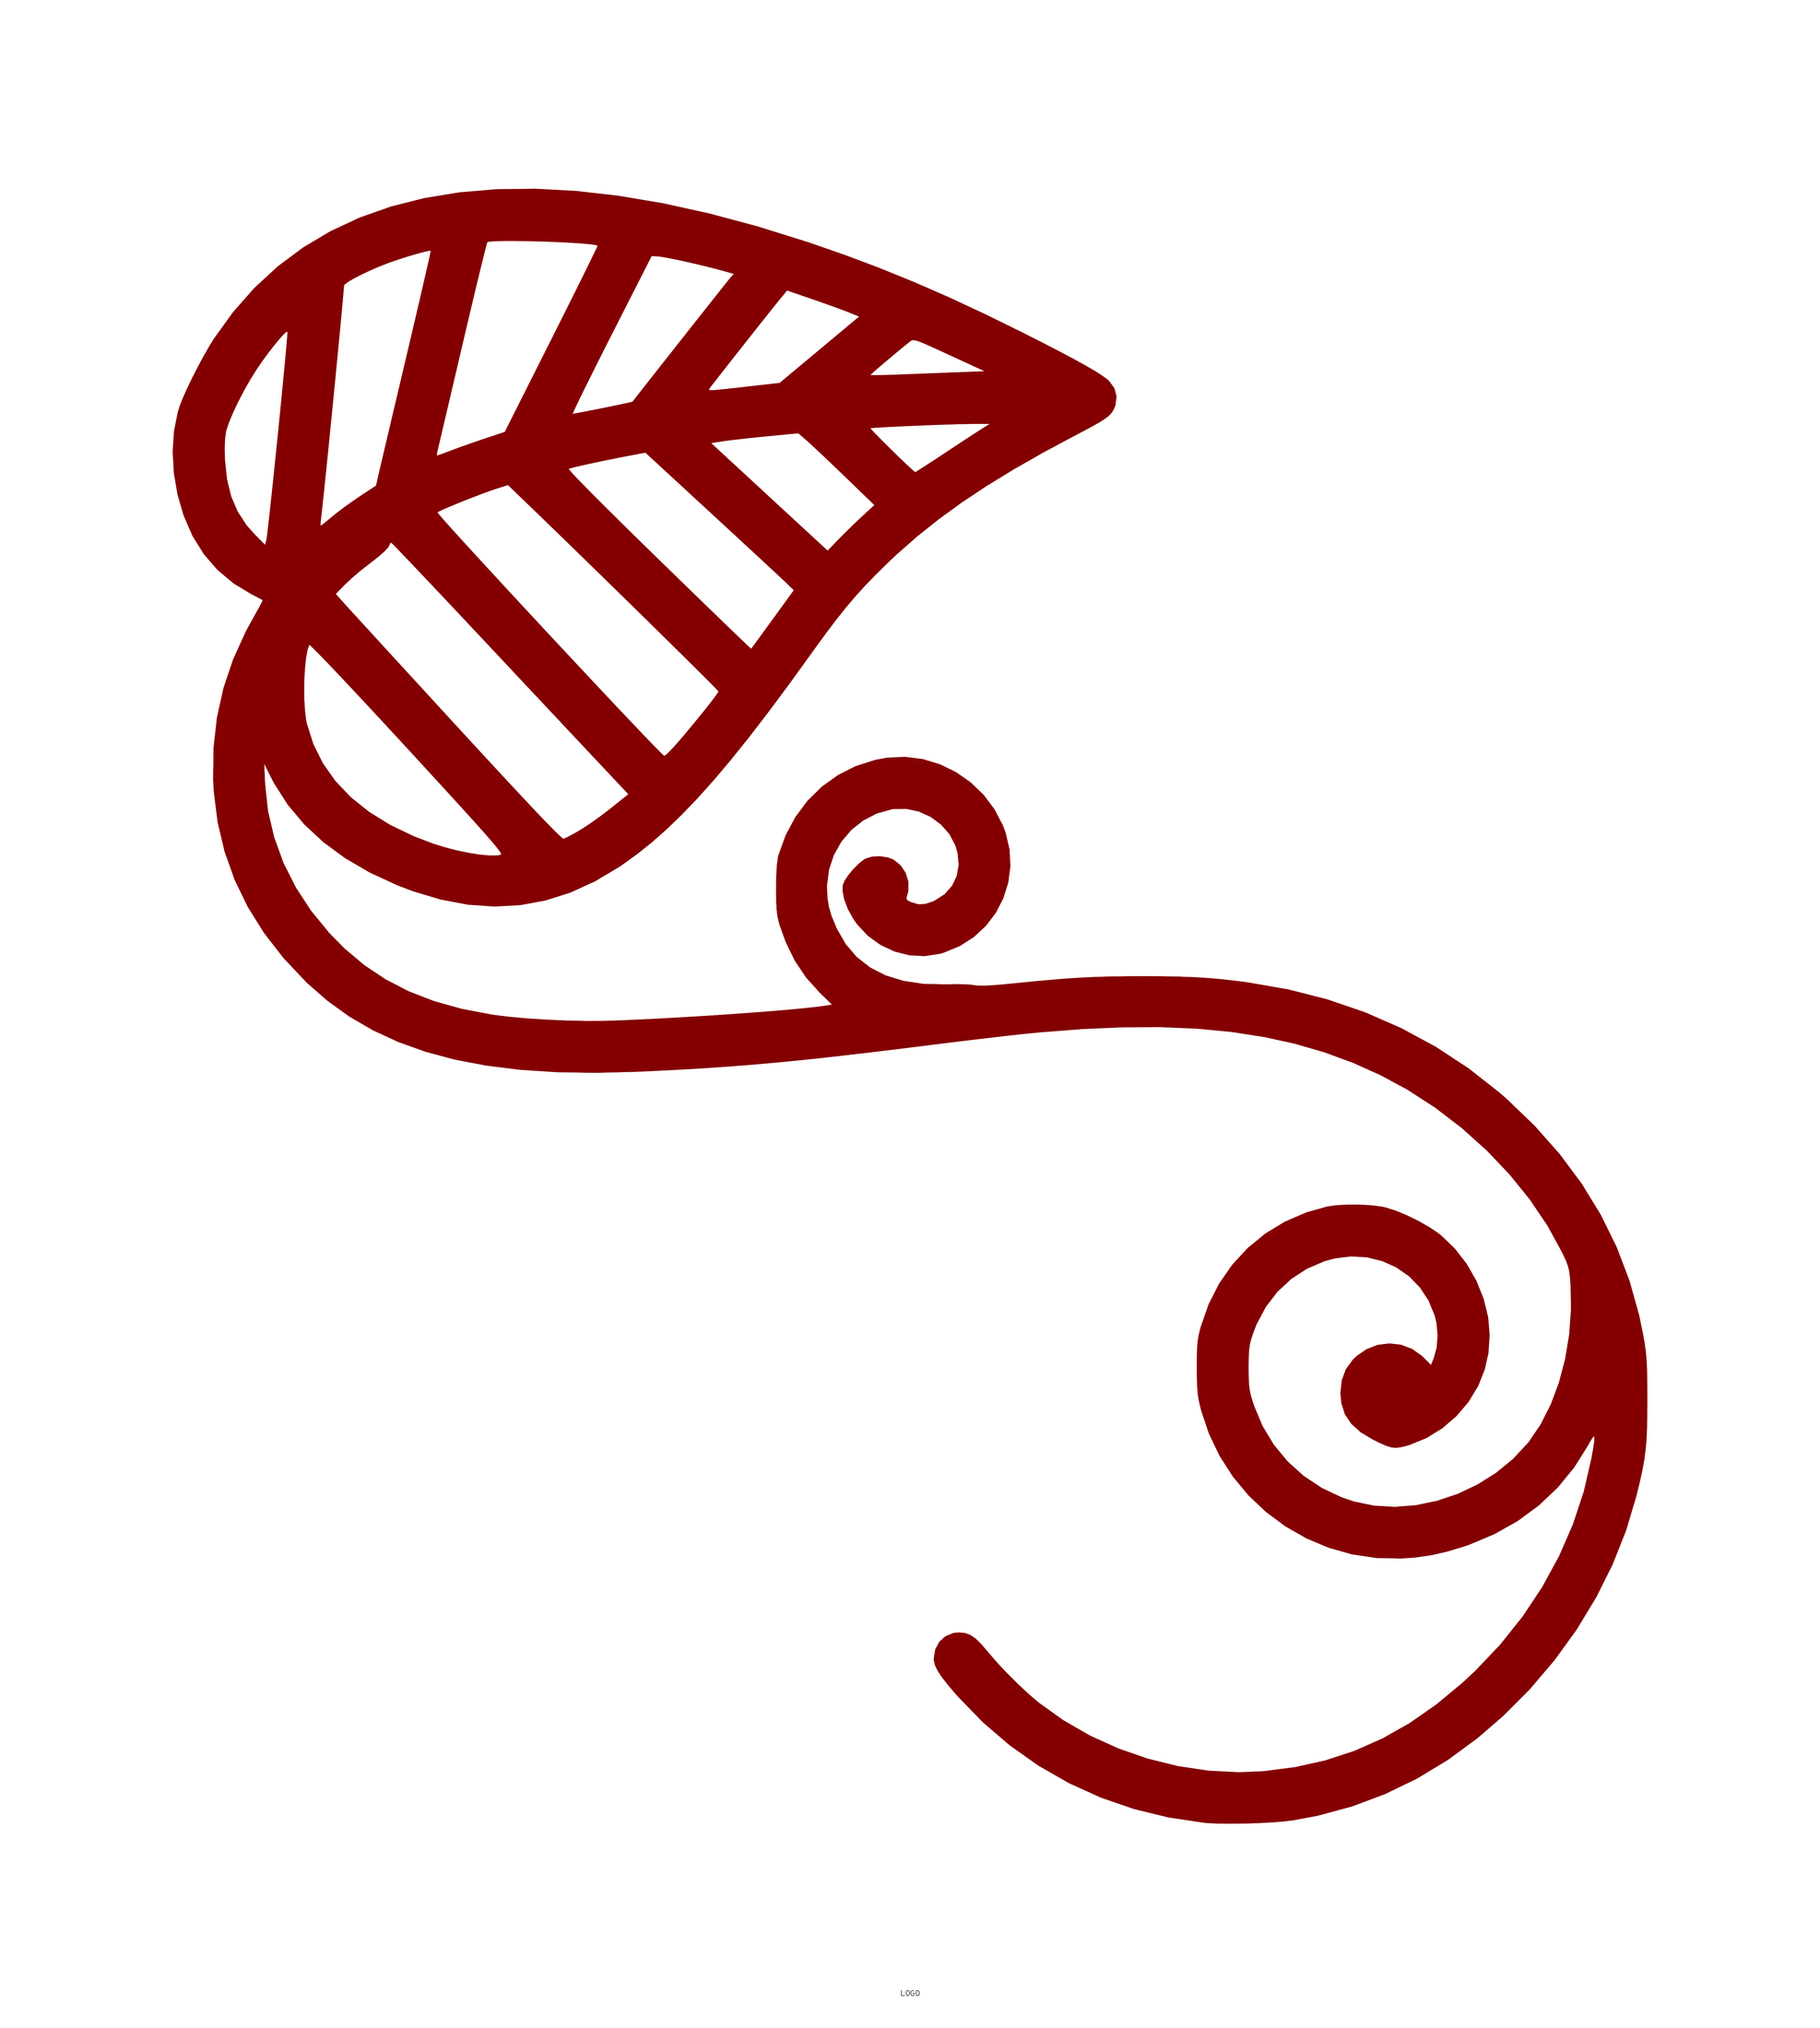
<source format=kicad_sym>
(kicad_symbol_lib
  (version 20210619)
  (generator bitmap2component)
  (symbol "LOGO"
    (pin_names
      (offset 1.016))
    (property "Reference" "#G"
      (at 0 129.011 0)
      (effects (font (size 1.27 1.27)) hide))
    (symbol "LOGO_0_0"
      (polyline (pts (xy 52.907 -129.504) (xy 55.137 -129.432) (xy 57.276 -129.319) (xy 59.184 -129.167) (xy 60.722 -128.98) (xy 64.544 -128.263) (xy 69.977 -126.794) (xy 75.234 -124.829) (xy 80.306 -122.37) (xy 85.182 -119.422) (xy 89.854 -115.99) (xy 93.917 -112.482) (xy 98.202 -108.184) (xy 102.106 -103.596) (xy 105.605 -98.754) (xy 108.675 -93.694) (xy 111.292 -88.452) (xy 113.433 -83.064) (xy 115.073 -77.568) (xy 115.587 -75.456) (xy 115.99 -73.64) (xy 116.294 -72.007) (xy 116.512 -70.439) (xy 116.658 -68.818) (xy 116.746 -67.023) (xy 116.789 -64.938) (xy 116.801 -62.442) (xy 116.8 -61.867) (xy 116.792 -59.783) (xy 116.768 -58.103) (xy 116.721 -56.727) (xy 116.645 -55.555) (xy 116.535 -54.486) (xy 116.384 -53.419) (xy 116.187 -52.255) (xy 115.513 -48.97) (xy 113.967 -43.446) (xy 111.94 -38.134) (xy 109.428 -33.031) (xy 106.432 -28.135) (xy 102.949 -23.442) (xy 98.977 -18.95) (xy 94.514 -14.655) (xy 93.359 -13.646) (xy 88.463 -9.805) (xy 83.278 -6.403) (xy 77.817 -3.446) (xy 72.09 -0.94) (xy 66.112 1.109) (xy 59.893 2.697) (xy 53.446 3.817) (xy 51.631 4.052) (xy 49.355 4.309) (xy 47.174 4.503) (xy 44.964 4.641) (xy 42.6 4.729) (xy 39.956 4.777) (xy 36.909 4.79) (xy 34.437 4.781) (xy 31.916 4.748) (xy 29.584 4.684) (xy 27.321 4.583) (xy 25.009 4.439) (xy 22.529 4.244) (xy 19.762 3.993) (xy 16.589 3.678) (xy 14.508 3.478) (xy 12.822 3.345) (xy 11.557 3.284) (xy 10.661 3.294) (xy 10.083 3.372) (xy 9.464 3.458) (xy 8.437 3.515) (xy 7.166 3.531) (xy 5.797 3.503) (xy 5.561 3.495) (xy 2.042 3.578) (xy -1.126 4.054) (xy -3.941 4.922) (xy -6.402 6.181) (xy -8.509 7.832) (xy -10.26 9.872) (xy -11.653 12.303) (xy -11.8 12.625) (xy -12.494 14.308) (xy -12.933 15.784) (xy -13.163 17.243) (xy -13.229 18.875) (xy -13.224 19.235) (xy -12.907 21.713) (xy -12.131 24.031) (xy -10.943 26.132) (xy -9.388 27.961) (xy -7.514 29.461) (xy -5.367 30.576) (xy -2.993 31.249) (xy -2.694 31.296) (xy -0.654 31.326) (xy 1.343 30.892) (xy 3.207 30.044) (xy 4.851 28.831) (xy 6.188 27.303) (xy 7.13 25.51) (xy 7.486 24.294) (xy 7.649 22.423) (xy 7.341 20.671) (xy 6.587 19.103) (xy 5.411 17.781) (xy 3.836 16.77) (xy 3.539 16.635) (xy 2.319 16.231) (xy 1.244 16.197) (xy 0.132 16.52) (xy -0.025 16.586) (xy -0.522 16.853) (xy -0.644 17.17) (xy -0.489 17.729) (xy -0.325 18.38) (xy -0.333 19.787) (xy -0.763 21.161) (xy -1.562 22.367) (xy -2.677 23.269) (xy -3.546 23.607) (xy -4.8 23.8) (xy -6.061 23.747) (xy -7.094 23.441) (xy -7.325 23.308) (xy -8.15 22.668) (xy -9.019 21.806) (xy -9.815 20.857) (xy -10.422 19.957) (xy -10.722 19.24) (xy -10.76 18.359) (xy -10.498 16.972) (xy -9.914 15.436) (xy -9.047 13.869) (xy -8.419 12.983) (xy -6.713 11.175) (xy -4.721 9.742) (xy -2.518 8.713) (xy -0.175 8.117) (xy 2.232 7.985) (xy 4.632 8.346) (xy 5.308 8.539) (xy 7.827 9.578) (xy 10.057 11.013) (xy 11.969 12.788) (xy 13.533 14.85) (xy 14.719 17.143) (xy 15.497 19.612) (xy 15.837 22.203) (xy 15.709 24.861) (xy 15.084 27.53) (xy 14.65 28.691) (xy 13.316 31.256) (xy 11.594 33.543) (xy 9.542 35.517) (xy 7.215 37.141) (xy 4.672 38.38) (xy 1.967 39.197) (xy -0.841 39.557) (xy -3.696 39.424) (xy -5.614 39.069) (xy -8.664 38.093) (xy -11.488 36.668) (xy -14.048 34.826) (xy -16.309 32.6) (xy -18.233 30.023) (xy -19.785 27.127) (xy -20.929 23.945) (xy -20.991 23.693) (xy -21.16 22.495) (xy -21.262 20.806) (xy -21.294 18.653) (xy -21.293 18.096) (xy -21.271 16.57) (xy -21.213 15.405) (xy -21.107 14.473) (xy -20.938 13.643) (xy -20.695 12.789) (xy -19.758 10.19) (xy -18.309 7.224) (xy -16.533 4.585) (xy -14.384 2.196) (xy -12.429 0.29) (xy -13.292 0.15) (xy -13.748 0.081) (xy -15.271 -0.11) (xy -17.236 -0.318) (xy -19.579 -0.536) (xy -22.239 -0.76) (xy -25.152 -0.987) (xy -28.255 -1.211) (xy -31.486 -1.429) (xy -34.782 -1.635) (xy -38.081 -1.825) (xy -41.318 -1.996) (xy -44.432 -2.141) (xy -47.36 -2.258) (xy -48.431 -2.288) (xy -51.322 -2.303) (xy -54.426 -2.239) (xy -57.597 -2.104) (xy -60.685 -1.904) (xy -63.542 -1.647) (xy -66.02 -1.341) (xy -66.383 -1.287) (xy -71.151 -0.378) (xy -75.52 0.845) (xy -79.524 2.397) (xy -83.199 4.293) (xy -86.58 6.551) (xy -89.704 9.185) (xy -92.124 11.642) (xy -95.006 15.158) (xy -97.432 18.875) (xy -99.388 22.766) (xy -100.859 26.801) (xy -101.832 30.952) (xy -102.293 35.19) (xy -102.448 38.497) (xy -101.393 36.38) (xy -100.849 35.34) (xy -98.71 31.989) (xy -96.114 28.892) (xy -93.07 26.059) (xy -89.587 23.495) (xy -85.673 21.211) (xy -81.338 19.212) (xy -78.827 18.257) (xy -74.416 16.94) (xy -70.126 16.135) (xy -65.941 15.844) (xy -61.851 16.066) (xy -57.842 16.803) (xy -53.901 18.057) (xy -50.014 19.828) (xy -46.17 22.118) (xy -45.718 22.422) (xy -43.379 24.104) (xy -41.038 25.973) (xy -38.671 28.059) (xy -36.253 30.389) (xy -33.758 32.99) (xy -31.161 35.89) (xy -28.438 39.118) (xy -25.564 42.7) (xy -22.514 46.664) (xy -19.262 51.039) (xy -15.783 55.852) (xy -15.268 56.571) (xy -13.431 59.094) (xy -11.781 61.277) (xy -10.246 63.206) (xy -8.753 64.967) (xy -7.229 66.648) (xy -5.602 68.335) (xy -3.798 70.115) (xy -2.129 71.69) (xy 1.07 74.5) (xy 4.47 77.215) (xy 8.124 79.871) (xy 12.085 82.504) (xy 16.403 85.149) (xy 21.133 87.843) (xy 26.326 90.62) (xy 27.05 90.997) (xy 28.66 91.853) (xy 29.883 92.54) (xy 30.782 93.105) (xy 31.42 93.595) (xy 31.862 94.055) (xy 32.17 94.532) (xy 32.409 95.074) (xy 32.5 95.337) (xy 32.665 96.702) (xy 32.319 97.994) (xy 31.477 99.146) (xy 31.131 99.45) (xy 30.326 100.033) (xy 29.185 100.755) (xy 27.684 101.627) (xy 25.799 102.663) (xy 23.505 103.878) (xy 20.779 105.285) (xy 17.595 106.897) (xy 11.782 109.753) (xy 6.097 112.402) (xy 0.59 114.808) (xy -4.852 117.02) (xy -10.346 119.087) (xy -16.007 121.057) (xy -16.449 121.204) (xy -24.322 123.658) (xy -31.918 125.689) (xy -39.235 127.298) (xy -46.268 128.486) (xy -53.015 129.251) (xy -59.472 129.597) (xy -65.636 129.522) (xy -71.504 129.027) (xy -77.073 128.114) (xy -82.339 126.782) (xy -87.298 125.031) (xy -91.948 122.864) (xy -96.285 120.279) (xy -100.306 117.278) (xy -104.008 113.861) (xy -107.387 110.029) (xy -110.441 105.782) (xy -111.086 104.741) (xy -112.003 103.143) (xy -112.954 101.377) (xy -113.877 99.566) (xy -114.71 97.834) (xy -115.389 96.304) (xy -115.852 95.1) (xy -116.131 94.19) (xy -116.736 91.153) (xy -116.904 88.499) (xy -108.703 88.499) (xy -108.645 89.938) (xy -108.507 91.017) (xy -108.439 91.305) (xy -108.028 92.548) (xy -107.388 94.086) (xy -106.574 95.81) (xy -105.64 97.609) (xy -104.638 99.374) (xy -103.624 100.994) (xy -103.435 101.277) (xy -102.567 102.522) (xy -101.674 103.732) (xy -100.81 104.84) (xy -100.031 105.78) (xy -99.391 106.486) (xy -98.944 106.89) (xy -98.746 106.927) (xy -98.745 106.925) (xy -98.756 106.605) (xy -98.817 105.806) (xy -98.922 104.575) (xy -99.069 102.957) (xy -99.252 101) (xy -99.468 98.749) (xy -99.711 96.251) (xy -99.978 93.552) (xy -100.264 90.698) (xy -100.555 87.842) (xy -100.837 85.108) (xy -101.103 82.563) (xy -101.35 80.254) (xy -101.57 78.231) (xy -101.759 76.54) (xy -101.775 76.401) (xy -93.512 76.401) (xy -93.477 76.928) (xy -93.445 77.184) (xy -93.332 78.17) (xy -93.181 79.554) (xy -92.998 81.285) (xy -92.787 83.311) (xy -92.555 85.581) (xy -92.305 88.044) (xy -92.044 90.647) (xy -91.775 93.341) (xy -91.504 96.073) (xy -91.237 98.791) (xy -90.978 101.446) (xy -90.732 103.985) (xy -90.504 106.358) (xy -90.3 108.511) (xy -90.124 110.396) (xy -89.981 111.959) (xy -89.877 113.15) (xy -89.817 113.917) (xy -89.805 114.209) (xy -89.659 114.456) (xy -89.1 114.867) (xy -88.203 115.392) (xy -87.047 115.992) (xy -85.71 116.624) (xy -84.273 117.247) (xy -82.815 117.822) (xy -81.737 118.204) (xy -80.482 118.617) (xy -79.211 119.01) (xy -78.026 119.351) (xy -77.033 119.613) (xy -76.333 119.764) (xy -76.031 119.776) (xy -76.035 119.734) (xy -76.124 119.287) (xy -76.322 118.383) (xy -76.619 117.067) (xy -77.005 115.382) (xy -77.47 113.369) (xy -78.004 111.073) (xy -78.597 108.535) (xy -79.24 105.8) (xy -79.921 102.91) (xy -80.112 102.105) (xy -80.803 99.18) (xy -81.464 96.379) (xy -82.085 93.75) (xy -82.653 91.342) (xy -83.156 89.204) (xy -83.57 87.449) (xy -75.076 87.449) (xy -75.004 87.908) (xy -74.997 87.936) (xy -74.891 88.382) (xy -74.677 89.29) (xy -74.365 90.614) (xy -73.967 92.307) (xy -73.494 94.325) (xy -72.955 96.621) (xy -72.362 99.151) (xy -71.725 101.869) (xy -71.055 104.728) (xy -70.914 105.33) (xy -70.251 108.147) (xy -69.622 110.802) (xy -69.038 113.25) (xy -68.509 115.448) (xy -68.047 117.351) (xy -67.662 118.915) (xy -67.364 120.096) (xy -67.165 120.85) (xy -67.075 121.132) (xy -66.966 121.18) (xy -66.385 121.26) (xy -65.39 121.31) (xy -64.06 121.332) (xy -62.474 121.329) (xy -60.709 121.303) (xy -58.845 121.258) (xy -56.96 121.194) (xy -55.131 121.116) (xy -53.438 121.024) (xy -51.958 120.922) (xy -50.77 120.813) (xy -49.953 120.698) (xy -49.584 120.581) (xy -49.585 120.571) (xy -49.722 120.252) (xy -50.075 119.507) (xy -50.623 118.377) (xy -51.347 116.902) (xy -52.226 115.124) (xy -53.241 113.081) (xy -54.371 110.815) (xy -55.596 108.367) (xy -56.898 105.775) (xy -62.857 93.927) (xy -53.528 93.927) (xy -53.522 93.978) (xy -53.342 94.41) (xy -52.952 95.251) (xy -52.372 96.456) (xy -51.626 97.981) (xy -50.732 99.785) (xy -49.714 101.823) (xy -48.592 104.052) (xy -47.387 106.429) (xy -41.029 118.93) (xy -39.992 118.883) (xy -39.965 118.882) (xy -39.302 118.794) (xy -38.24 118.6) (xy -36.889 118.324) (xy -35.355 117.99) (xy -33.746 117.622) (xy -32.169 117.243) (xy -30.733 116.878) (xy -29.545 116.552) (xy -28.001 116.102) (xy -28.514 115.531) (xy -28.553 115.486) (xy -28.874 115.089) (xy -29.469 114.343) (xy -30.297 113.301) (xy -31.319 112.012) (xy -32.493 110.528) (xy -33.781 108.899) (xy -35.142 107.177) (xy -36.535 105.411) (xy -37.921 103.654) (xy -39.26 101.956) (xy -40.511 100.367) (xy -41.634 98.939) (xy -42.506 97.829) (xy -31.915 97.829) (xy -31.842 97.962) (xy -31.84 97.965) (xy -31.619 98.263) (xy -31.117 98.914) (xy -30.382 99.859) (xy -29.46 101.036) (xy -28.4 102.387) (xy -27.247 103.851) (xy -26.05 105.368) (xy -24.856 106.878) (xy -23.712 108.323) (xy -22.665 109.64) (xy -21.763 110.772) (xy -21.053 111.657) (xy -20.581 112.236) (xy -19.552 113.48) (xy -15.398 112.05) (xy -14.59 111.77) (xy -13.064 111.232) (xy -11.652 110.724) (xy -10.483 110.291) (xy -9.686 109.982) (xy -8.127 109.345) (xy -19.22 100.088) (xy -6.35 100.088) (xy -6.349 100.092) (xy -6.131 100.307) (xy -5.59 100.786) (xy -4.809 101.46) (xy -3.865 102.262) (xy -2.841 103.123) (xy -1.816 103.976) (xy -0.87 104.753) (xy -0.085 105.385) (xy -0.028 105.43) (xy 0.175 105.56) (xy 0.413 105.619) (xy 0.75 105.585) (xy 1.25 105.437) (xy 1.976 105.153) (xy 2.992 104.711) (xy 4.361 104.09) (xy 6.146 103.269) (xy 11.774 100.674) (xy 7.276 100.503) (xy 6.795 100.485) (xy 4.732 100.406) (xy 2.451 100.318) (xy 0.197 100.231) (xy -1.786 100.153) (xy -3.029 100.109) (xy -4.354 100.072) (xy -5.406 100.056) (xy -6.1 100.061) (xy -6.35 100.088) (xy -19.22 100.088) (xy -20.733 98.826) (xy -25.911 98.24) (xy -26.846 98.134) (xy -28.588 97.938) (xy -29.891 97.798) (xy -30.814 97.71) (xy -31.419 97.672) (xy -31.764 97.681) (xy -31.909 97.735) (xy -31.915 97.829) (xy -42.506 97.829) (xy -42.59 97.722) (xy -43.337 96.768) (xy -43.836 96.127) (xy -44.047 95.85) (xy -44.257 95.792) (xy -44.909 95.645) (xy -45.923 95.428) (xy -47.215 95.16) (xy -48.7 94.857) (xy -50.021 94.593) (xy -51.369 94.327) (xy -52.461 94.116) (xy -53.21 93.977) (xy -53.528 93.927) (xy -62.857 93.927) (xy -64.008 91.639) (xy -6.339 91.639) (xy -6.327 91.645) (xy -5.963 91.691) (xy -5.158 91.75) (xy -3.99 91.819) (xy -2.536 91.894) (xy -0.873 91.972) (xy 0.924 92.05) (xy 2.776 92.125) (xy 4.608 92.194) (xy 6.341 92.252) (xy 7.9 92.298) (xy 9.207 92.327) (xy 10.186 92.337) (xy 12.568 92.333) (xy 11.245 91.502) (xy 11.201 91.475) (xy 10.53 91.044) (xy 9.52 90.388) (xy 8.265 89.566) (xy 6.856 88.639) (xy 5.387 87.669) (xy 5.02 87.426) (xy 3.687 86.549) (xy 2.528 85.793) (xy 1.608 85.201) (xy 0.996 84.815) (xy 0.757 84.68) (xy 0.674 84.733) (xy 0.274 85.077) (xy -0.382 85.685) (xy -1.224 86.486) (xy -2.181 87.41) (xy -3.18 88.388) (xy -4.152 89.349) (xy -5.025 90.225) (xy -5.728 90.945) (xy -6.189 91.44) (xy -6.339 91.639) (xy -64.008 91.639) (xy -64.3 91.058) (xy -67.274 90.072) (xy -68.179 89.768) (xy -69.541 89.297) (xy -31.602 89.297) (xy -29.625 89.599) (xy -28.922 89.696) (xy -27.673 89.849) (xy -26.134 90.023) (xy -24.435 90.203) (xy -22.708 90.376) (xy -17.767 90.85) (xy -16.358 89.62) (xy -16.081 89.372) (xy -15.311 88.664) (xy -14.276 87.695) (xy -13.052 86.536) (xy -11.711 85.257) (xy -10.33 83.929) (xy -5.712 79.469) (xy -7.684 77.652) (xy -7.989 77.369) (xy -9.155 76.259) (xy -10.362 75.078) (xy -11.392 74.037) (xy -13.126 72.239) (xy -22.364 80.768) (xy -31.602 89.297) (xy -69.541 89.297) (xy -69.762 89.221) (xy -71.308 88.67) (xy -72.585 88.2) (xy -73.17 87.979) (xy -74.096 87.636) (xy -74.756 87.4) (xy -75.037 87.312) (xy -75.076 87.449) (xy -83.57 87.449) (xy -83.585 87.386) (xy -83.925 85.935) (xy -84.093 85.219) (xy -54.164 85.219) (xy -53.966 85.287) (xy -53.288 85.465) (xy -52.239 85.712) (xy -50.911 86.007) (xy -49.394 86.332) (xy -47.778 86.667) (xy -46.156 86.992) (xy -44.617 87.287) (xy -42.006 87.774) (xy -31.388 77.987) (xy -30.407 77.083) (xy -28.406 75.236) (xy -26.511 73.485) (xy -24.762 71.867) (xy -23.199 70.42) (xy -21.864 69.18) (xy -20.797 68.186) (xy -20.038 67.476) (xy -19.628 67.086) (xy -18.485 65.971) (xy -21.834 61.362) (xy -22.222 60.829) (xy -23.173 59.522) (xy -23.996 58.392) (xy -24.647 57.501) (xy -25.079 56.912) (xy -25.245 56.689) (xy -25.255 56.694) (xy -25.519 56.933) (xy -26.128 57.507) (xy -27.052 58.39) (xy -28.261 59.553) (xy -29.728 60.967) (xy -31.422 62.606) (xy -33.315 64.441) (xy -35.378 66.443) (xy -37.581 68.585) (xy -39.896 70.839) (xy -41.304 72.212) (xy -43.876 74.73) (xy -46.202 77.02) (xy -48.265 79.065) (xy -50.048 80.847) (xy -51.533 82.349) (xy -52.705 83.555) (xy -53.545 84.446) (xy -54.037 85.007) (xy -54.164 85.219) (xy -84.093 85.219) (xy -84.168 84.902) (xy -84.3 84.334) (xy -84.71 82.546) (xy -87.332 80.817) (xy -88.17 80.251) (xy -89.476 79.324) (xy -90.699 78.411) (xy -90.812 78.32) (xy -74.976 78.32) (xy -74.757 78.453) (xy -74.102 78.762) (xy -73.12 79.187) (xy -71.905 79.691) (xy -70.553 80.234) (xy -69.161 80.779) (xy -67.825 81.287) (xy -66.639 81.72) (xy -65.699 82.039) (xy -63.798 82.644) (xy -60.54 79.505) (xy -59.582 78.581) (xy -57.591 76.656) (xy -55.478 74.607) (xy -53.273 72.465) (xy -51.01 70.26) (xy -48.718 68.024) (xy -46.429 65.787) (xy -44.174 63.58) (xy -41.986 61.433) (xy -39.895 59.378) (xy -37.932 57.446) (xy -36.129 55.666) (xy -34.517 54.071) (xy -33.129 52.69) (xy -31.994 51.555) (xy -31.144 50.697) (xy -30.612 50.145) (xy -30.427 49.932) (xy -30.523 49.738) (xy -30.912 49.177) (xy -31.553 48.326) (xy -32.395 47.252) (xy -33.386 46.017) (xy -34.474 44.688) (xy -35.608 43.328) (xy -36.737 42.003) (xy -37.49 41.153) (xy -38.204 40.398) (xy -38.738 39.89) (xy -39.011 39.71) (xy -39.058 39.738) (xy -39.417 40.066) (xy -40.09 40.738) (xy -41.05 41.721) (xy -42.266 42.985) (xy -43.708 44.497) (xy -45.348 46.226) (xy -47.156 48.14) (xy -49.102 50.208) (xy -51.157 52.397) (xy -53.291 54.677) (xy -55.475 57.015) (xy -57.679 59.38) (xy -59.874 61.739) (xy -62.03 64.063) (xy -64.118 66.318) (xy -66.109 68.473) (xy -67.972 70.497) (xy -69.678 72.358) (xy -71.199 74.023) (xy -72.504 75.462) (xy -73.563 76.643) (xy -74.348 77.534) (xy -74.829 78.104) (xy -74.976 78.32) (xy -90.812 78.32) (xy -91.657 77.644) (xy -91.954 77.394) (xy -92.692 76.784) (xy -93.229 76.359) (xy -93.465 76.2) (xy -93.512 76.401) (xy -101.775 76.401) (xy -101.911 75.231) (xy -102.022 74.352) (xy -102.086 73.951) (xy -102.297 73.157) (xy -103.999 74.881) (xy -105.224 76.265) (xy -106.64 78.426) (xy -107.671 80.839) (xy -108.338 83.562) (xy -108.665 86.651) (xy -108.675 86.86) (xy -108.703 88.499) (xy -116.904 88.499) (xy -116.942 87.9) (xy -116.752 84.528) (xy -116.171 81.13) (xy -115.202 77.803) (xy -115.201 77.799) (xy -113.789 74.559) (xy -111.996 71.683) (xy -109.828 69.178) (xy -107.287 67.048) (xy -104.527 65.386) (xy -91.097 65.386) (xy -89.668 66.841) (xy -89.494 67.014) (xy -88.514 67.923) (xy -87.363 68.909) (xy -86.254 69.788) (xy -85.643 70.252) (xy -84.258 71.35) (xy -83.295 72.199) (xy -82.733 72.82) (xy -82.55 73.231) (xy -82.524 73.386) (xy -82.303 73.51) (xy -82.126 73.347) (xy -81.611 72.826) (xy -80.79 71.976) (xy -79.691 70.828) (xy -78.344 69.412) (xy -76.778 67.761) (xy -75.021 65.903) (xy -73.103 63.869) (xy -71.054 61.691) (xy -68.901 59.399) (xy -67.9 58.331) (xy -65.547 55.824) (xy -63.183 53.305) (xy -60.854 50.823) (xy -58.606 48.428) (xy -56.487 46.171) (xy -54.543 44.1) (xy -52.82 42.266) (xy -51.366 40.719) (xy -50.227 39.508) (xy -44.708 33.639) (xy -47.459 31.438) (xy -48.589 30.563) (xy -49.964 29.558) (xy -51.285 28.645) (xy -52.377 27.95) (xy -52.9 27.644) (xy -53.837 27.12) (xy -54.575 26.74) (xy -54.987 26.569) (xy -54.999 26.569) (xy -55.267 26.751) (xy -55.834 27.27) (xy -56.705 28.133) (xy -57.886 29.346) (xy -59.385 30.915) (xy -61.205 32.847) (xy -63.355 35.148) (xy -65.839 37.825) (xy -68.663 40.883) (xy -71.834 44.33) (xy -71.866 44.364) (xy -74.293 47.007) (xy -76.643 49.566) (xy -78.888 52.011) (xy -80.998 54.311) (xy -82.946 56.435) (xy -84.705 58.354) (xy -86.245 60.036) (xy -87.54 61.451) (xy -88.561 62.568) (xy -89.279 63.356) (xy -89.668 63.785) (xy -91.097 65.386) (xy -104.527 65.386) (xy -104.378 65.297) (xy -103.571 64.884) (xy -102.961 64.562) (xy -102.692 64.407) (xy -102.701 64.334) (xy -102.895 63.901) (xy -103.281 63.172) (xy -103.803 62.255) (xy -105.351 59.437) (xy -107.381 54.957) (xy -108.902 50.42) (xy -108.92 50.337) (xy -96.105 50.337) (xy -96.064 52.135) (xy -95.957 53.839) (xy -95.79 55.342) (xy -95.565 56.535) (xy -95.286 57.31) (xy -95.2 57.263) (xy -94.787 56.885) (xy -94.057 56.159) (xy -93.035 55.11) (xy -91.745 53.765) (xy -90.212 52.148) (xy -88.46 50.286) (xy -86.513 48.205) (xy -84.397 45.931) (xy -82.136 43.489) (xy -79.753 40.906) (xy -78.044 39.047) (xy -75.52 36.3) (xy -73.324 33.904) (xy -71.434 31.834) (xy -69.832 30.069) (xy -68.495 28.585) (xy -67.404 27.358) (xy -66.538 26.366) (xy -65.877 25.585) (xy -65.401 24.992) (xy -65.09 24.564) (xy -64.922 24.278) (xy -64.878 24.11) (xy -64.937 24.037) (xy -65.53 23.931) (xy -66.733 23.921) (xy -68.266 24.063) (xy -70.031 24.341) (xy -71.93 24.739) (xy -73.864 25.24) (xy -75.735 25.828) (xy -78.702 26.963) (xy -82.487 28.778) (xy -85.831 30.851) (xy -88.725 33.174) (xy -91.164 35.741) (xy -93.142 38.547) (xy -94.651 41.584) (xy -95.685 44.847) (xy -95.808 45.471) (xy -95.981 46.897) (xy -96.079 48.555) (xy -96.105 50.337) (xy -108.92 50.337) (xy -109.925 45.782) (xy -110.463 40.994) (xy -110.526 36.012) (xy -110.427 34.111) (xy -109.823 29.256) (xy -108.722 24.581) (xy -107.124 20.082) (xy -105.027 15.758) (xy -102.43 11.608) (xy -99.334 7.63) (xy -95.737 3.823) (xy -95.6 3.69) (xy -92.387 0.881) (xy -88.929 -1.604) (xy -85.203 -3.771) (xy -81.19 -5.626) (xy -76.868 -7.174) (xy -72.215 -8.421) (xy -67.211 -9.373) (xy -61.835 -10.036) (xy -56.065 -10.414) (xy -49.88 -10.514) (xy -43.259 -10.342) (xy -40.637 -10.22) (xy -36.825 -10.025) (xy -33.184 -9.813) (xy -29.646 -9.577) (xy -26.141 -9.312) (xy -22.599 -9.01) (xy -18.952 -8.666) (xy -15.129 -8.273) (xy -11.061 -7.825) (xy -6.679 -7.315) (xy -1.913 -6.738) (xy 3.307 -6.086) (xy 5.492 -5.813) (xy 8.11 -5.492) (xy 10.711 -5.18) (xy 13.194 -4.888) (xy 15.458 -4.629) (xy 17.399 -4.414) (xy 18.918 -4.255) (xy 20.227 -4.128) (xy 27.147 -3.582) (xy 33.645 -3.297) (xy 39.753 -3.276) (xy 45.507 -3.523) (xy 50.939 -4.043) (xy 56.085 -4.839) (xy 60.978 -5.915) (xy 65.652 -7.276) (xy 70.141 -8.926) (xy 74.48 -10.868) (xy 78.766 -13.181) (xy 83.202 -16.056) (xy 87.412 -19.284) (xy 91.346 -22.818) (xy 94.954 -26.608) (xy 98.186 -30.606) (xy 100.993 -34.763) (xy 103.324 -39.031) (xy 103.432 -39.257) (xy 103.917 -40.312) (xy 104.235 -41.163) (xy 104.433 -41.993) (xy 104.556 -42.985) (xy 104.65 -44.323) (xy 104.71 -48.051) (xy 104.417 -52.044) (xy 103.77 -55.93) (xy 102.789 -59.64) (xy 101.493 -63.1) (xy 99.901 -66.242) (xy 98.031 -68.992) (xy 97.843 -69.227) (xy 95.497 -71.737) (xy 92.823 -73.927) (xy 89.883 -75.775) (xy 86.744 -77.26) (xy 83.469 -78.36) (xy 80.123 -79.052) (xy 76.77 -79.315) (xy 73.475 -79.126) (xy 70.301 -78.465) (xy 68.347 -77.802) (xy 65.185 -76.307) (xy 62.315 -74.393) (xy 59.77 -72.096) (xy 57.588 -69.448) (xy 55.801 -66.483) (xy 54.447 -63.235) (xy 54.258 -62.663) (xy 53.963 -61.673) (xy 53.773 -60.801) (xy 53.665 -59.887) (xy 53.616 -58.768) (xy 53.604 -57.282) (xy 53.604 -56.722) (xy 53.624 -55.373) (xy 53.687 -54.351) (xy 53.813 -53.504) (xy 54.023 -52.68) (xy 54.336 -51.729) (xy 54.867 -50.364) (xy 56.319 -47.632) (xy 58.155 -45.233) (xy 60.342 -43.201) (xy 62.849 -41.568) (xy 65.643 -40.366) (xy 67.229 -39.931) (xy 69.831 -39.61) (xy 72.366 -39.758) (xy 74.779 -40.349) (xy 77.016 -41.356) (xy 79.022 -42.752) (xy 80.744 -44.511) (xy 82.126 -46.605) (xy 83.115 -49.007) (xy 83.398 -50.217) (xy 83.565 -52.163) (xy 83.419 -54.066) (xy 82.965 -55.731) (xy 82.516 -56.826) (xy 81.267 -55.577) (xy 81.061 -55.379) (xy 79.51 -54.28) (xy 77.769 -53.624) (xy 75.927 -53.411) (xy 74.072 -53.643) (xy 72.294 -54.321) (xy 70.681 -55.447) (xy 70.127 -55.987) (xy 69.02 -57.508) (xy 68.375 -59.242) (xy 68.163 -61.251) (xy 68.305 -62.887) (xy 68.867 -64.624) (xy 69.878 -66.144) (xy 71.359 -67.479) (xy 73.334 -68.661) (xy 74.209 -69.093) (xy 75.29 -69.582) (xy 76.121 -69.86) (xy 76.833 -69.953) (xy 77.558 -69.887) (xy 78.425 -69.689) (xy 79.121 -69.492) (xy 81.782 -68.406) (xy 84.269 -66.876) (xy 86.508 -64.962) (xy 88.423 -62.729) (xy 89.936 -60.237) (xy 90.035 -60.035) (xy 91.04 -57.507) (xy 91.618 -54.918) (xy 91.806 -52.099) (xy 91.569 -49.254) (xy 90.855 -46.332) (xy 89.705 -43.483) (xy 88.161 -40.792) (xy 86.267 -38.348) (xy 84.065 -36.237) (xy 83.85 -36.067) (xy 82.384 -35.059) (xy 80.618 -34.046) (xy 78.727 -33.115) (xy 76.887 -32.353) (xy 75.274 -31.849) (xy 74.675 -31.726) (xy 73.039 -31.519) (xy 71.166 -31.413) (xy 69.245 -31.41) (xy 67.465 -31.513) (xy 66.013 -31.725) (xy 62.741 -32.651) (xy 59.364 -34.107) (xy 56.266 -35.989) (xy 53.478 -38.269) (xy 51.029 -40.918) (xy 48.948 -43.908) (xy 47.265 -47.212) (xy 46.01 -50.8) (xy 45.852 -51.397) (xy 45.651 -52.298) (xy 45.518 -53.207) (xy 45.44 -54.254) (xy 45.404 -55.569) (xy 45.398 -57.282) (xy 45.407 -58.577) (xy 45.441 -59.983) (xy 45.513 -61.1) (xy 45.639 -62.067) (xy 45.832 -63.022) (xy 46.107 -64.103) (xy 47.307 -67.68) (xy 49.003 -71.223) (xy 51.102 -74.494) (xy 53.564 -77.466) (xy 56.353 -80.109) (xy 59.429 -82.395) (xy 62.755 -84.297) (xy 66.292 -85.786) (xy 70.002 -86.834) (xy 73.847 -87.412) (xy 77.787 -87.493) (xy 80.004 -87.336) (xy 82.516 -86.981) (xy 85.043 -86.408) (xy 87.795 -85.576) (xy 88.561 -85.312) (xy 92.566 -83.631) (xy 96.255 -81.548) (xy 99.606 -79.083) (xy 102.595 -76.255) (xy 105.199 -73.083) (xy 107.394 -69.585) (xy 107.735 -68.969) (xy 108.11 -68.362) (xy 108.34 -68.135) (xy 108.431 -68.317) (xy 108.393 -68.935) (xy 108.232 -70.017) (xy 107.957 -71.59) (xy 106.749 -76.842) (xy 105.024 -82.058) (xy 102.814 -87.135) (xy 100.139 -92.035) (xy 97.02 -96.722) (xy 93.476 -101.159) (xy 89.528 -105.309) (xy 87.459 -107.234) (xy 83.327 -110.662) (xy 79.127 -113.586) (xy 74.825 -116.022) (xy 70.385 -117.988) (xy 65.774 -119.498) (xy 60.957 -120.57) (xy 55.898 -121.22) (xy 52.023 -121.379) (xy 47.209 -121.126) (xy 42.381 -120.399) (xy 37.606 -119.218) (xy 32.951 -117.604) (xy 28.482 -115.577) (xy 24.267 -113.157) (xy 20.373 -110.366) (xy 18.948 -109.159) (xy 17.158 -107.504) (xy 15.343 -105.702) (xy 13.655 -103.904) (xy 12.245 -102.261) (xy 11.284 -101.126) (xy 10.344 -100.197) (xy 9.488 -99.612) (xy 8.621 -99.307) (xy 7.65 -99.219) (xy 6.811 -99.306) (xy 5.562 -99.813) (xy 4.58 -100.706) (xy 3.936 -101.907) (xy 3.704 -103.341) (xy 3.728 -103.726) (xy 3.914 -104.463) (xy 4.317 -105.299) (xy 4.979 -106.299) (xy 5.942 -107.531) (xy 7.246 -109.061) (xy 7.521 -109.373) (xy 11.494 -113.465) (xy 15.761 -117.121) (xy 20.303 -120.33) (xy 25.105 -123.084) (xy 30.149 -125.375) (xy 35.419 -127.193) (xy 40.897 -128.531) (xy 46.567 -129.378) (xy 47.083 -129.424) (xy 48.74 -129.504) (xy 50.728 -129.529) (xy 52.907 -129.504)) (stroke (width 0.01)) (fill (type outline))))))
</source>
